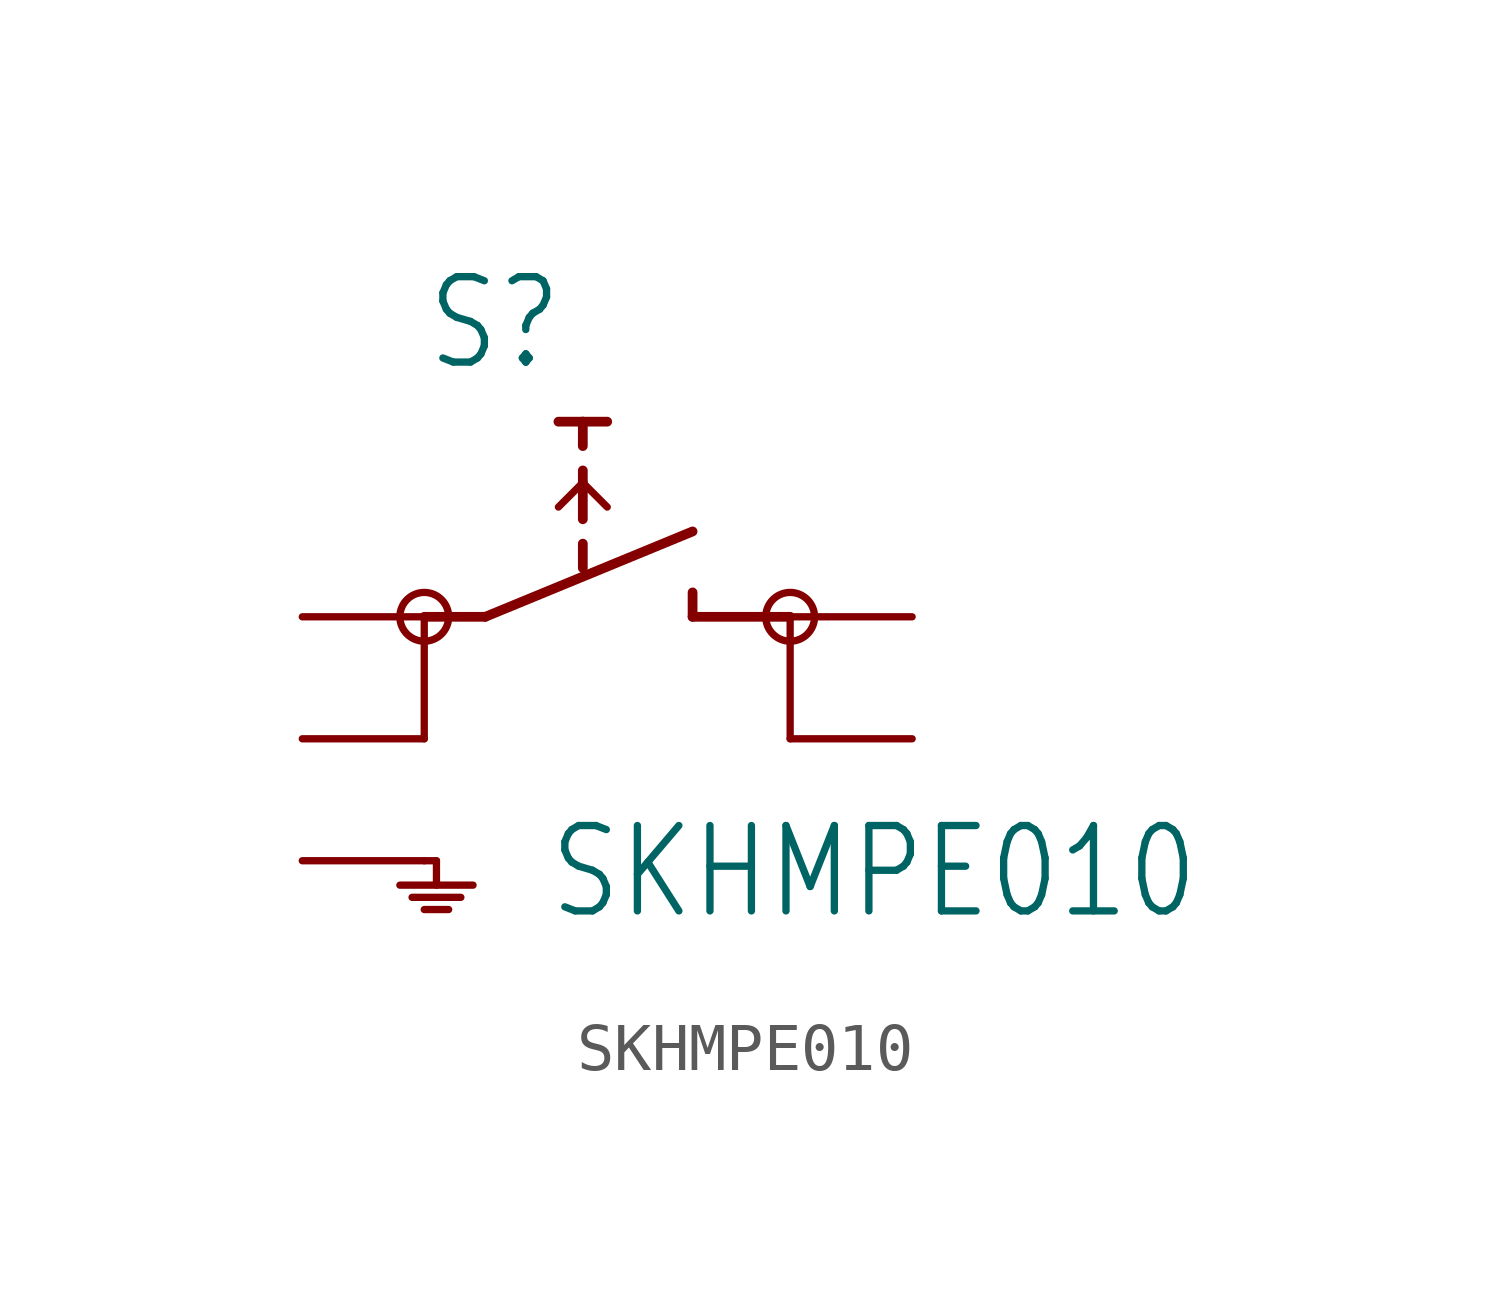
<source format=kicad_sym>
(kicad_symbol_lib
  (version 20211014)
  (generator kicad_symbol_editor)
  (symbol "SKHMPE010"
    (property "Reference" "S"
      (at -2.54 5.08 0)
      (effects (font (size 1.778 1.511)) (justify left bottom)))
    (property "Value" "SKHMPE010"
      (at 0 -6.35 0)
      (effects (font (size 1.778 1.511)) (justify left bottom)))
    (property "ki_locked" ""
      (at 0 0 0)
      (effects (font (size 1.27 1.27))))
    (symbol "SKHMPE010_1_0"
      (circle (center -2.54 0) (radius 0.508) (stroke (width 0) (type default) (color 0 0 0 0)) (fill (type none)))
      (polyline (pts (xy -3.048 -5.588) (xy -1.524 -5.588)) (stroke (width 0.152) (type default) (color 0 0 0 0)) (fill (type none)))
      (polyline (pts (xy -2.794 -5.842) (xy -1.778 -5.842)) (stroke (width 0.152) (type default) (color 0 0 0 0)) (fill (type none)))
      (polyline (pts (xy -2.54 -6.096) (xy -2.032 -6.096)) (stroke (width 0.152) (type default) (color 0 0 0 0)) (fill (type none)))
      (polyline (pts (xy -2.54 -5.08) (xy -2.286 -5.08)) (stroke (width 0.152) (type default) (color 0 0 0 0)) (fill (type none)))
      (polyline (pts (xy -2.54 0) (xy -2.54 -2.54)) (stroke (width 0.152) (type default) (color 0 0 0 0)) (fill (type none)))
      (polyline (pts (xy -2.54 0) (xy -1.27 0)) (stroke (width 0.203) (type default) (color 0 0 0 0)) (fill (type none)))
      (polyline (pts (xy -2.286 -5.08) (xy -2.286 -5.588)) (stroke (width 0.152) (type default) (color 0 0 0 0)) (fill (type none)))
      (polyline (pts (xy -1.27 0) (xy 3.048 1.778)) (stroke (width 0.203) (type default) (color 0 0 0 0)) (fill (type none)))
      (polyline (pts (xy 0.254 2.286) (xy 0.762 2.794)) (stroke (width 0.152) (type default) (color 0 0 0 0)) (fill (type none)))
      (polyline (pts (xy 0.762 1.016) (xy 0.762 1.524)) (stroke (width 0.203) (type default) (color 0 0 0 0)) (fill (type none)))
      (polyline (pts (xy 0.762 2.032) (xy 0.762 2.794)) (stroke (width 0.203) (type default) (color 0 0 0 0)) (fill (type none)))
      (polyline (pts (xy 0.762 2.794) (xy 0.762 3.048)) (stroke (width 0.203) (type default) (color 0 0 0 0)) (fill (type none)))
      (polyline (pts (xy 0.762 2.794) (xy 1.27 2.286)) (stroke (width 0.152) (type default) (color 0 0 0 0)) (fill (type none)))
      (polyline (pts (xy 0.762 3.556) (xy 0.762 4.064)) (stroke (width 0.203) (type default) (color 0 0 0 0)) (fill (type none)))
      (polyline (pts (xy 0.762 4.064) (xy 0.254 4.064)) (stroke (width 0.203) (type default) (color 0 0 0 0)) (fill (type none)))
      (polyline (pts (xy 1.27 4.064) (xy 0.762 4.064)) (stroke (width 0.203) (type default) (color 0 0 0 0)) (fill (type none)))
      (polyline (pts (xy 3.048 0) (xy 5.08 0)) (stroke (width 0.203) (type default) (color 0 0 0 0)) (fill (type none)))
      (polyline (pts (xy 3.048 0.508) (xy 3.048 0)) (stroke (width 0.203) (type default) (color 0 0 0 0)) (fill (type none)))
      (polyline (pts (xy 5.08 0) (xy 5.08 -2.54)) (stroke (width 0.152) (type default) (color 0 0 0 0)) (fill (type none)))
      (circle (center 5.08 0) (radius 0.508) (stroke (width 0) (type default) (color 0 0 0 0)) (fill (type none)))
      (pin passive line (at -5.08 0 0) (length 2.54) (name "1.1" (effects (font (size 0 0)))) (number "1" (effects (font (size 0 0)))))
      (pin passive line (at -5.08 -2.54 0) (length 2.54) (name "1.2" (effects (font (size 0 0)))) (number "2" (effects (font (size 0 0)))))
      (pin passive line (at 7.62 0 180) (length 2.54) (name "2.1" (effects (font (size 0 0)))) (number "3" (effects (font (size 0 0)))))
      (pin passive line (at 7.62 -2.54 180) (length 2.54) (name "2.2" (effects (font (size 0 0)))) (number "4" (effects (font (size 0 0)))))
      (pin passive line (at -5.08 -5.08 0) (length 2.54) (name "SH" (effects (font (size 0 0)))) (number "5" (effects (font (size 0 0))))))))
</source>
